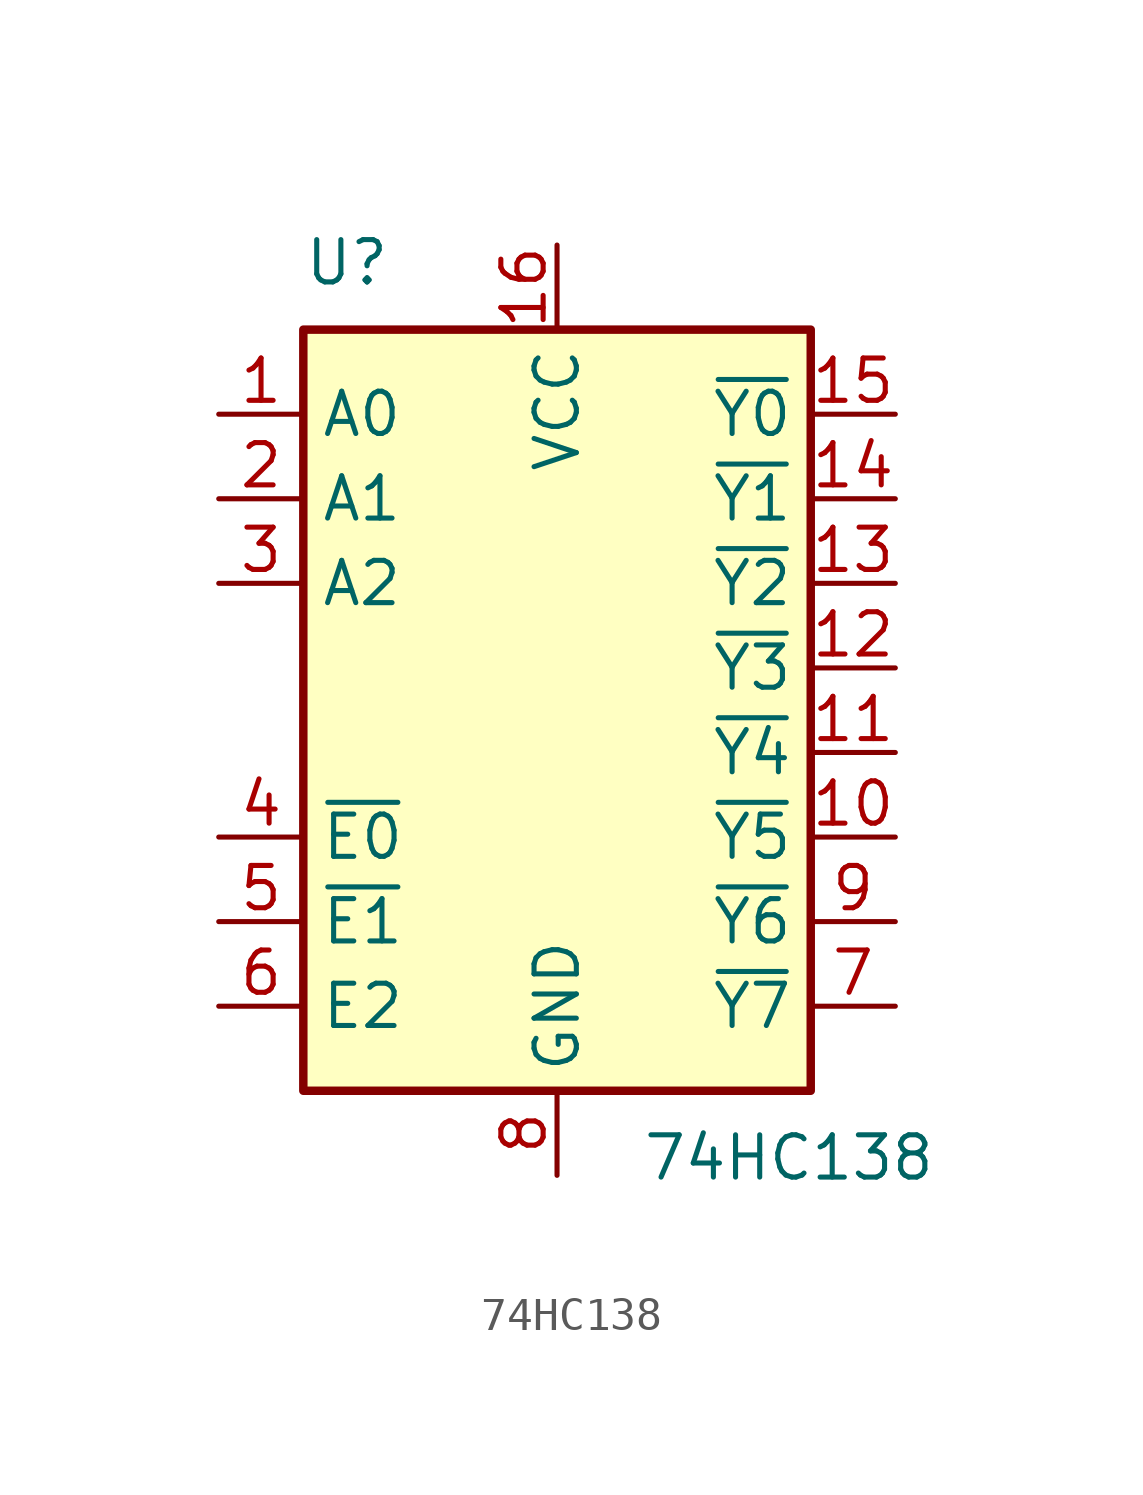
<source format=kicad_sym>
(kicad_symbol_lib
  (version 20220914)
  (generator kicad_symbol_editor)
  (symbol "74HC138"
    (property "Reference" "U"
      (at -7.62 13.97 0)
      (effects (font (size 1.27 1.27)) (justify left bottom)))
    (property "Value" "74HC138"
      (at 2.54 -11.43 0)
      (effects (font (size 1.27 1.27)) (justify left top)))
    (symbol "74HC138_0_1"
      (rectangle (start -7.62 12.7) (end 7.62 -10.16) (stroke (width 0.254) (type default)) (fill (type background))))
    (symbol "74HC138_1_1"
      (pin input line (at -10.16 10.16 0) (length 2.54) (name "A0" (effects (font (size 1.27 1.27)))) (number "1" (effects (font (size 1.27 1.27)))))
      (pin output line (at 10.16 -2.54 180) (length 2.54) (name "~{Y5}" (effects (font (size 1.27 1.27)))) (number "10" (effects (font (size 1.27 1.27)))))
      (pin output line (at 10.16 0 180) (length 2.54) (name "~{Y4}" (effects (font (size 1.27 1.27)))) (number "11" (effects (font (size 1.27 1.27)))))
      (pin output line (at 10.16 2.54 180) (length 2.54) (name "~{Y3}" (effects (font (size 1.27 1.27)))) (number "12" (effects (font (size 1.27 1.27)))))
      (pin output line (at 10.16 5.08 180) (length 2.54) (name "~{Y2}" (effects (font (size 1.27 1.27)))) (number "13" (effects (font (size 1.27 1.27)))))
      (pin output line (at 10.16 7.62 180) (length 2.54) (name "~{Y1}" (effects (font (size 1.27 1.27)))) (number "14" (effects (font (size 1.27 1.27)))))
      (pin output line (at 10.16 10.16 180) (length 2.54) (name "~{Y0}" (effects (font (size 1.27 1.27)))) (number "15" (effects (font (size 1.27 1.27)))))
      (pin power_in line (at 0 15.24 270) (length 2.54) (name "VCC" (effects (font (size 1.27 1.27)))) (number "16" (effects (font (size 1.27 1.27)))))
      (pin input line (at -10.16 7.62 0) (length 2.54) (name "A1" (effects (font (size 1.27 1.27)))) (number "2" (effects (font (size 1.27 1.27)))))
      (pin input line (at -10.16 5.08 0) (length 2.54) (name "A2" (effects (font (size 1.27 1.27)))) (number "3" (effects (font (size 1.27 1.27)))))
      (pin input line (at -10.16 -2.54 0) (length 2.54) (name "~{E0}" (effects (font (size 1.27 1.27)))) (number "4" (effects (font (size 1.27 1.27)))))
      (pin input line (at -10.16 -5.08 0) (length 2.54) (name "~{E1}" (effects (font (size 1.27 1.27)))) (number "5" (effects (font (size 1.27 1.27)))))
      (pin input line (at -10.16 -7.62 0) (length 2.54) (name "E2" (effects (font (size 1.27 1.27)))) (number "6" (effects (font (size 1.27 1.27)))))
      (pin output line (at 10.16 -7.62 180) (length 2.54) (name "~{Y7}" (effects (font (size 1.27 1.27)))) (number "7" (effects (font (size 1.27 1.27)))))
      (pin power_in line (at 0 -12.7 90) (length 2.54) (name "GND" (effects (font (size 1.27 1.27)))) (number "8" (effects (font (size 1.27 1.27)))))
      (pin output line (at 10.16 -5.08 180) (length 2.54) (name "~{Y6}" (effects (font (size 1.27 1.27)))) (number "9" (effects (font (size 1.27 1.27))))))))
</source>
